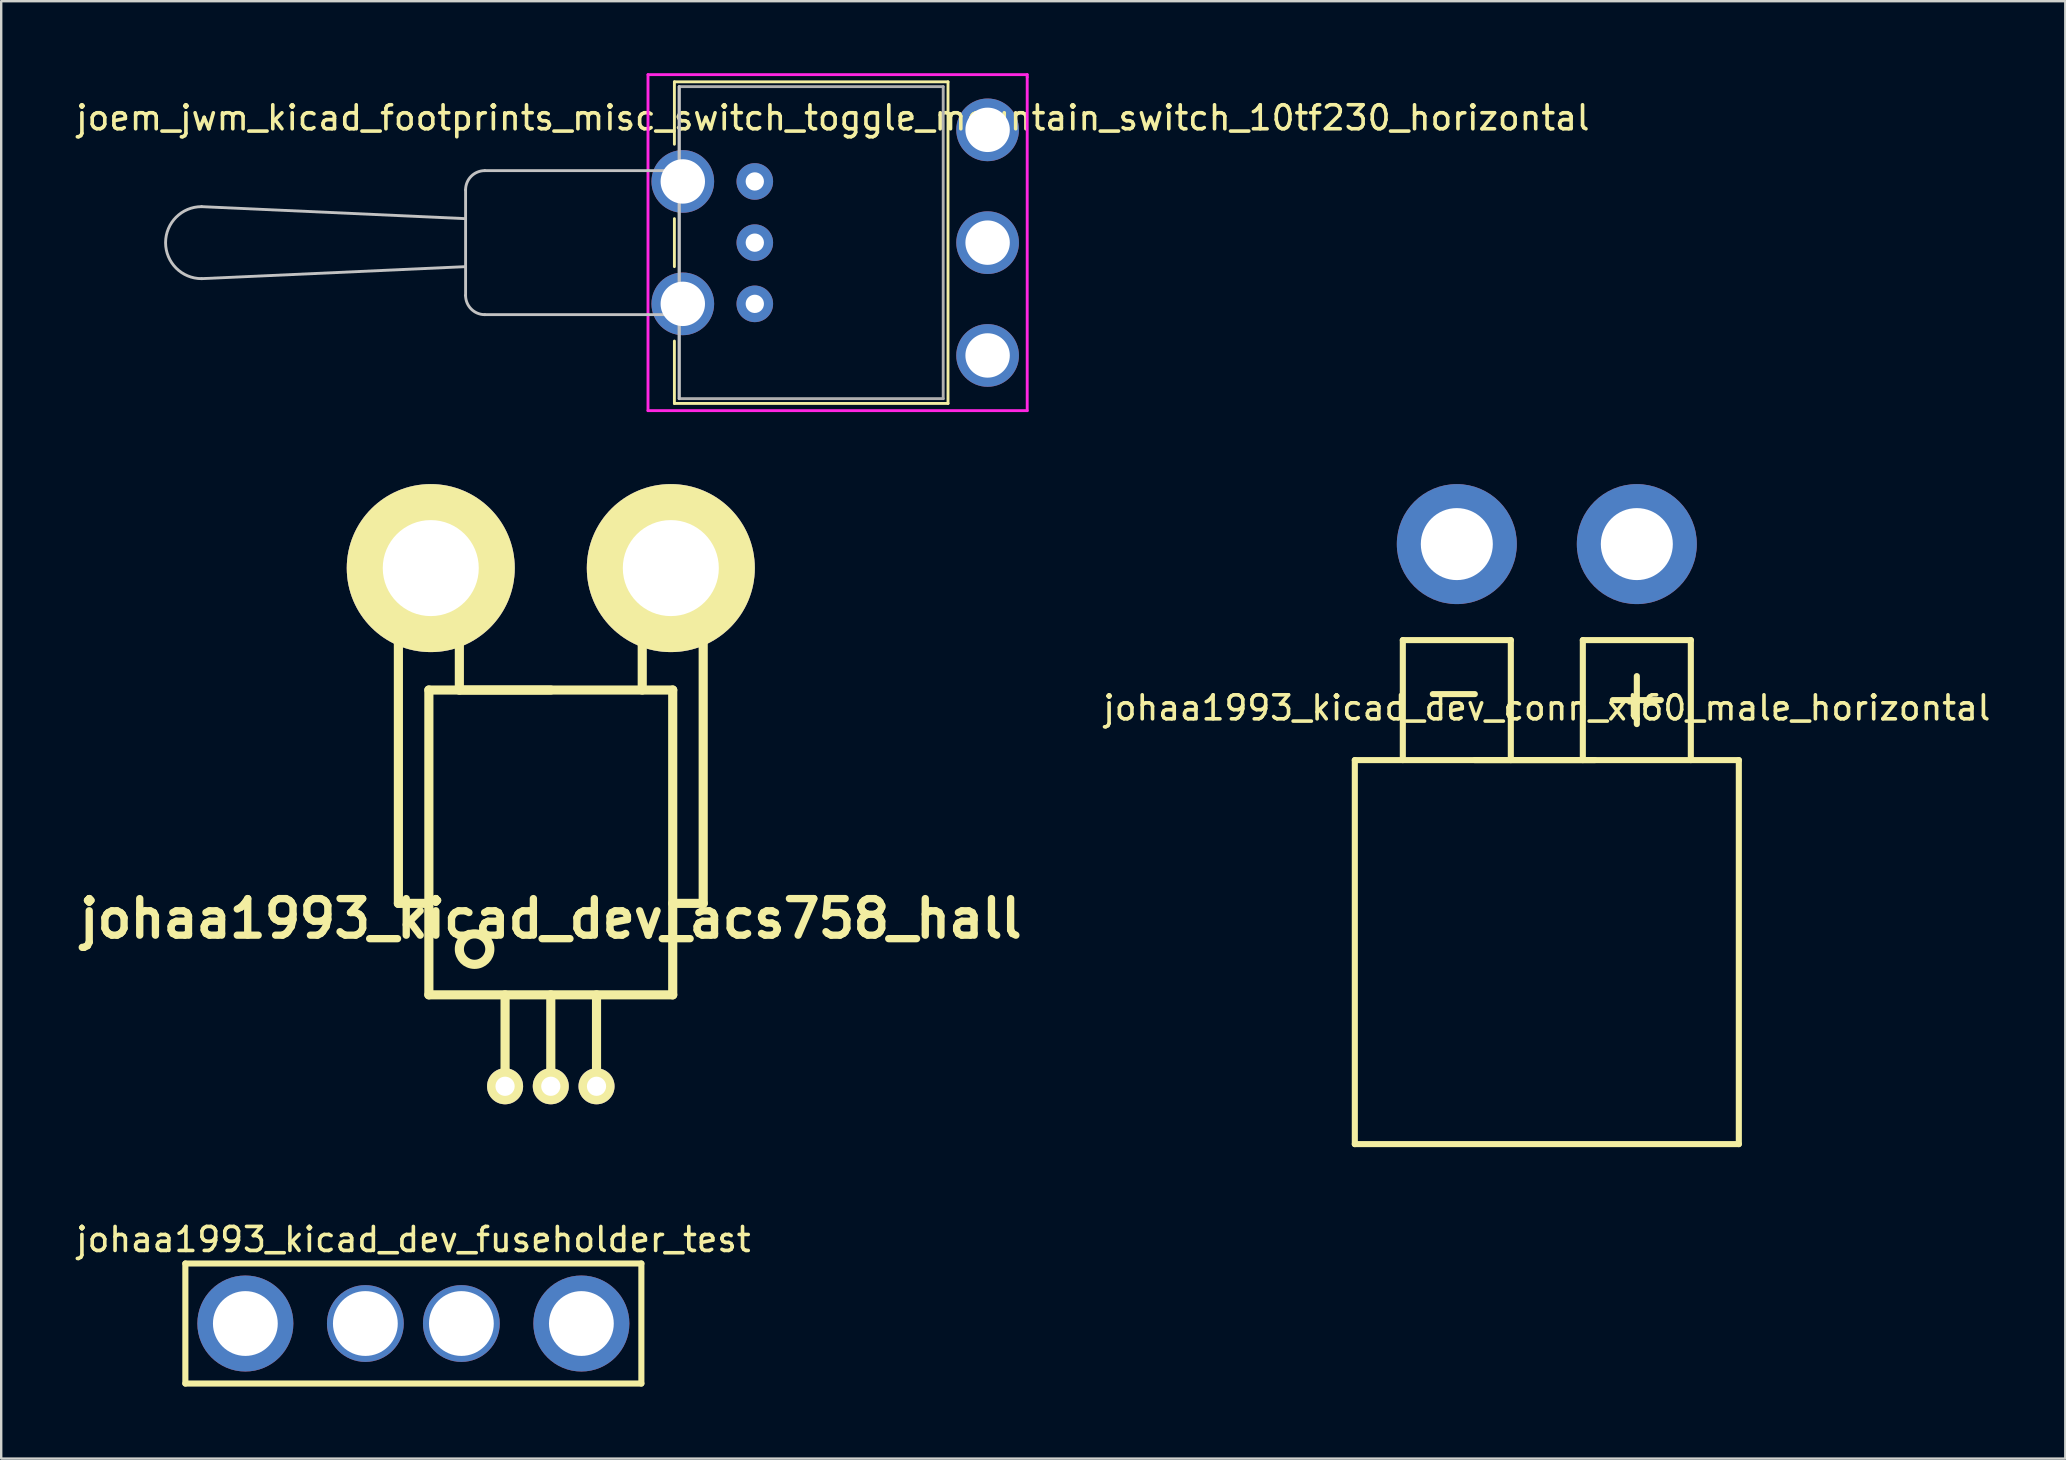
<source format=kicad_pcb>
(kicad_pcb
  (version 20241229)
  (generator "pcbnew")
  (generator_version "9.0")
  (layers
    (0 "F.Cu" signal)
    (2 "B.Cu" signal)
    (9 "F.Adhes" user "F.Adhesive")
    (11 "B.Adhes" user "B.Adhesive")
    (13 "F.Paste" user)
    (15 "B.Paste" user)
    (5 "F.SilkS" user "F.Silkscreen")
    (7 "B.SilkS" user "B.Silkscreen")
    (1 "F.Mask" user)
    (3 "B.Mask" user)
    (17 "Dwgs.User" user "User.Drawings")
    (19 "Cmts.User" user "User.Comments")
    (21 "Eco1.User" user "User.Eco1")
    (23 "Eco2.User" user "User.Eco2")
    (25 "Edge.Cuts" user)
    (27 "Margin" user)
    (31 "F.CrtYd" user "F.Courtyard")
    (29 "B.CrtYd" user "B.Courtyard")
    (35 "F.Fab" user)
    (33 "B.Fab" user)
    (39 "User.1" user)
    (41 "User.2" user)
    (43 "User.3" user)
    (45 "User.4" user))
  (footprint "johaa1993_kicad_dev_fuseholder_test"
    (layer "F.Cu")
    (at 14.173 52.095)
    (property "Reference" "johaa1993_kicad_dev_fuseholder_test" (at 0 -3.5 0) (layer "F.SilkS") (effects (font (size 1 1) (thickness 0.15))))
    (attr through_hole)
    (fp_line (start -9.5 -2.5) (end 9.5 -2.5) (stroke (width 0.254) (type solid)) (layer "F.SilkS"))
    (fp_line (start -9.5 2.5) (end -9.5 -2.5) (stroke (width 0.254) (type solid)) (layer "F.SilkS"))
    (fp_line (start 9.5 -2.5) (end 9.5 2.5) (stroke (width 0.254) (type solid)) (layer "F.SilkS"))
    (fp_line (start 9.5 2.5) (end -9.5 2.5) (stroke (width 0.254) (type solid)) (layer "F.SilkS"))
    (pad "1" thru_hole circle (at -7 0) (size 4 4) (drill 2.7) (layers "*.Cu" "*.Mask"))
    (pad "1" thru_hole circle (at -2 0) (size 3.2 3.2) (drill 2.7) (layers "*.Cu" "*.Mask"))
    (pad "2" thru_hole circle (at 2 0) (size 3.2 3.2) (drill 2.7) (layers "*.Cu" "*.Mask"))
    (pad "2" thru_hole circle (at 7 0) (size 4 4) (drill 2.7) (layers "*.Cu" "*.Mask")))
  (footprint "joem_jwm_kicad_footprints_misc_switch_toggle_mountain_switch_10tf230_horizontal"
    (layer "F.Cu")
    (at 31.749 7.06)
    (property "Reference" "joem_jwm_kicad_footprints_misc_switch_toggle_mountain_switch_10tf230_horizontal" (at -0.1 -5.2 0) (layer "F.SilkS") (effects (font (size 1 1) (thickness 0.15))))
    (attr through_hole)
    (fp_line (start -6.7 -6.7) (end -6.7 -4.1) (stroke (width 0.12) (type solid)) (layer "F.SilkS"))
    (fp_line (start -6.7 1) (end -6.7 -1) (stroke (width 0.12) (type solid)) (layer "F.SilkS"))
    (fp_line (start -6.7 6.7) (end -6.7 4.1) (stroke (width 0.12) (type solid)) (layer "F.SilkS"))
    (fp_line (start 4.7 -6.7) (end -6.7 -6.7) (stroke (width 0.12) (type solid)) (layer "F.SilkS"))
    (fp_line (start 4.7 -6.7) (end 4.7 6.7) (stroke (width 0.12) (type solid)) (layer "F.SilkS"))
    (fp_line (start 4.7 6.7) (end -6.7 6.7) (stroke (width 0.12) (type solid)) (layer "F.SilkS"))
    (fp_line (start -15.4 -2.2) (end -15.4 2.2) (stroke (width 0.12) (type solid)) (layer "Dwgs.User"))
    (fp_line (start -15.4 -1) (end -26.4 -1.5) (stroke (width 0.12) (type solid)) (layer "Dwgs.User"))
    (fp_line (start -15.4 1) (end -26.4 1.5) (stroke (width 0.12) (type solid)) (layer "Dwgs.User"))
    (fp_line (start -14.6 -3) (end -7.8 -3) (stroke (width 0.12) (type solid)) (layer "Dwgs.User"))
    (fp_line (start -14.6 3) (end -7.8 3) (stroke (width 0.12) (type solid)) (layer "Dwgs.User"))
    (fp_line (start -7.8 -3) (end -6.5 -3) (stroke (width 0.12) (type solid)) (layer "Dwgs.User"))
    (fp_line (start -7.8 3) (end -6.5 3) (stroke (width 0.12) (type solid)) (layer "Dwgs.User"))
    (fp_line (start -6.5 -3) (end -6.5 -6.5) (stroke (width 0.12) (type solid)) (layer "Dwgs.User"))
    (fp_line (start -6.5 3) (end -6.5 -3) (stroke (width 0.12) (type solid)) (layer "Dwgs.User"))
    (fp_line (start -6.5 3) (end -6.5 6.5) (stroke (width 0.12) (type solid)) (layer "Dwgs.User"))
    (fp_arc (start -26.4 1.5) (mid -27.9 0) (end -26.4 -1.5) (stroke (width 0.12) (type solid)) (layer "Dwgs.User"))
    (fp_arc (start -15.4 -2.2) (mid -15.165685 -2.765685) (end -14.6 -3) (stroke (width 0.12) (type solid)) (layer "Dwgs.User"))
    (fp_arc (start -14.6 3) (mid -15.165685 2.765685) (end -15.4 2.2) (stroke (width 0.12) (type solid)) (layer "Dwgs.User"))
    (fp_line (start -7.8 -7) (end 8 -7) (stroke (width 0.12) (type solid)) (layer "F.CrtYd"))
    (fp_line (start -7.8 7) (end -7.8 -7) (stroke (width 0.12) (type solid)) (layer "F.CrtYd"))
    (fp_line (start 8 -7) (end 8 -6.9) (stroke (width 0.12) (type solid)) (layer "F.CrtYd"))
    (fp_line (start 8 -6.9) (end 8 7) (stroke (width 0.12) (type solid)) (layer "F.CrtYd"))
    (fp_line (start 8 7) (end -7.8 7) (stroke (width 0.12) (type solid)) (layer "F.CrtYd"))
    (fp_line (start -6.5 -6.5) (end -6.5 6.5) (stroke (width 0.12) (type solid)) (layer "F.Fab"))
    (fp_line (start -6.5 6.5) (end 4.5 6.5) (stroke (width 0.12) (type solid)) (layer "F.Fab"))
    (fp_line (start 4.5 -6.5) (end -6.5 -6.5) (stroke (width 0.12) (type solid)) (layer "F.Fab"))
    (fp_line (start 4.5 6.5) (end 4.5 -6.5) (stroke (width 0.12) (type solid)) (layer "F.Fab"))
    (pad "" thru_hole circle (at -6.35 -2.55) (size 2.612 2.612) (drill 1.85) (layers "*.Cu" "*.Mask"))
    (pad "" thru_hole circle (at -6.35 2.55) (size 2.612 2.612) (drill 1.85) (layers "*.Cu" "*.Mask"))
    (pad "1" thru_hole circle (at -3.35 -2.55) (size 1.524 1.524) (drill 0.762) (layers "*.Cu" "*.Mask"))
    (pad "1" thru_hole circle (at 6.35 -4.7) (size 2.612 2.612) (drill 1.85) (layers "*.Cu" "*.Mask"))
    (pad "2" thru_hole circle (at -3.35 0) (size 1.524 1.524) (drill 0.762) (layers "*.Cu" "*.Mask"))
    (pad "2" thru_hole circle (at 6.35 0) (size 2.612 2.612) (drill 1.85) (layers "*.Cu" "*.Mask"))
    (pad "3" thru_hole circle (at -3.35 2.55) (size 1.524 1.524) (drill 0.762) (layers "*.Cu" "*.Mask"))
    (pad "3" thru_hole circle (at 6.35 4.7) (size 2.612 2.612) (drill 1.85) (layers "*.Cu" "*.Mask")))
  (footprint "johaa1993_kicad_dev_acs758_hall"
    (layer "F.Cu")
    (at 19.899 42.21)
    (property "Reference" "johaa1993_kicad_dev_acs758_hall" (at 0 -6.985 0) (layer "F.SilkS") (effects (font (size 1.524 1.524) (thickness 0.305))))
    (attr through_hole)
    (fp_line (start -6.35 -21.59) (end -6.35 -7.62) (stroke (width 0.381) (type solid)) (layer "F.SilkS"))
    (fp_line (start -6.35 -21.59) (end -3.81 -21.59) (stroke (width 0.381) (type solid)) (layer "F.SilkS"))
    (fp_line (start -6.35 -7.62) (end -5.08 -7.62) (stroke (width 0.381) (type solid)) (layer "F.SilkS"))
    (fp_line (start -5.08 -16.51) (end -5.08 -3.81) (stroke (width 0.381) (type solid)) (layer "F.SilkS"))
    (fp_line (start -5.08 -3.81) (end 5.08 -3.81) (stroke (width 0.381) (type solid)) (layer "F.SilkS"))
    (fp_line (start -3.81 -21.59) (end -3.81 -16.51) (stroke (width 0.381) (type solid)) (layer "F.SilkS"))
    (fp_line (start -3.81 -16.51) (end 0 -16.51) (stroke (width 0.381) (type solid)) (layer "F.SilkS"))
    (fp_line (start -1.905 -3.81) (end -1.905 0) (stroke (width 0.381) (type solid)) (layer "F.SilkS"))
    (fp_line (start 0 -3.81) (end 0 0) (stroke (width 0.381) (type solid)) (layer "F.SilkS"))
    (fp_line (start 1.905 -3.81) (end 1.905 0) (stroke (width 0.381) (type solid)) (layer "F.SilkS"))
    (fp_line (start 3.81 -21.59) (end 6.35 -21.59) (stroke (width 0.381) (type solid)) (layer "F.SilkS"))
    (fp_line (start 3.81 -16.51) (end 3.81 -21.59) (stroke (width 0.381) (type solid)) (layer "F.SilkS"))
    (fp_line (start 5.08 -16.51) (end -5.08 -16.51) (stroke (width 0.381) (type solid)) (layer "F.SilkS"))
    (fp_line (start 5.08 -3.81) (end 5.08 -16.51) (stroke (width 0.381) (type solid)) (layer "F.SilkS"))
    (fp_line (start 6.35 -21.59) (end 6.35 -7.62) (stroke (width 0.381) (type solid)) (layer "F.SilkS"))
    (fp_line (start 6.35 -7.62) (end 5.08 -7.62) (stroke (width 0.381) (type solid)) (layer "F.SilkS"))
    (fp_circle (center -3.175 -5.715) (end -3.81 -5.715) (stroke (width 0.381) (type solid)) (fill no) (layer "F.SilkS"))
    (pad "1" thru_hole circle (at -1.905 0) (size 1.501 1.501) (drill 0.8) (layers "*.Cu" "*.Mask" "F.SilkS"))
    (pad "2" thru_hole circle (at 0 0) (size 1.501 1.501) (drill 0.8) (layers "*.Cu" "*.Mask" "F.SilkS"))
    (pad "3" thru_hole circle (at 1.905 0) (size 1.501 1.501) (drill 0.8) (layers "*.Cu" "*.Mask" "F.SilkS"))
    (pad "4" thru_hole circle (at 5.001 -21.59) (size 7 7) (drill 4) (layers "*.Cu" "*.Mask" "F.SilkS"))
    (pad "5" thru_hole circle (at -5.001 -21.59) (size 7 7) (drill 4) (layers "*.Cu" "*.Mask" "F.SilkS")))
  (footprint "johaa1993_kicad_dev_conn_xt60_male_horizontal"
    (layer "F.Cu")
    (at 61.399 37.62)
    (property "Reference" "johaa1993_kicad_dev_conn_xt60_male_horizontal" (at 0 -11.176 0) (layer "F.SilkS") (effects (font (size 1 1) (thickness 0.15))))
    (attr through_hole)
    (fp_line (start -8 -9) (end -8 7) (stroke (width 0.254) (type solid)) (layer "F.SilkS"))
    (fp_line (start -8 -9) (end 8 -9) (stroke (width 0.254) (type solid)) (layer "F.SilkS"))
    (fp_line (start -8 7) (end 8 7) (stroke (width 0.254) (type solid)) (layer "F.SilkS"))
    (fp_line (start -6 -14) (end -1.5 -14) (stroke (width 0.254) (type solid)) (layer "F.SilkS"))
    (fp_line (start -6 -9) (end -6 -14) (stroke (width 0.254) (type solid)) (layer "F.SilkS"))
    (fp_line (start -4.75 -11.75) (end -3 -11.75) (stroke (width 0.254) (type solid)) (layer "F.SilkS"))
    (fp_line (start -3 -9) (end 2 -9) (stroke (width 0.254) (type solid)) (layer "F.SilkS"))
    (fp_line (start -1.5 -14) (end -1.5 -9) (stroke (width 0.254) (type solid)) (layer "F.SilkS"))
    (fp_line (start 1.5 -14) (end 6 -14) (stroke (width 0.254) (type solid)) (layer "F.SilkS"))
    (fp_line (start 1.5 -9) (end 1.5 -14) (stroke (width 0.254) (type solid)) (layer "F.SilkS"))
    (fp_line (start 2.75 -11.5) (end 4.75 -11.5) (stroke (width 0.254) (type solid)) (layer "F.SilkS"))
    (fp_line (start 3.75 -12.5) (end 3.75 -10.5) (stroke (width 0.254) (type solid)) (layer "F.SilkS"))
    (fp_line (start 6 -14) (end 6 -9) (stroke (width 0.254) (type solid)) (layer "F.SilkS"))
    (fp_line (start 8 -9) (end 8 7) (stroke (width 0.254) (type solid)) (layer "F.SilkS"))
    (pad "1" thru_hole circle (at -3.75 -18) (size 5 5) (drill 3) (layers "*.Cu" "*.Mask"))
    (pad "2" thru_hole circle (at 3.75 -18) (size 5 5) (drill 3) (layers "*.Cu" "*.Mask")))
  (gr_rect
    (start -3 -3)
    (end 83.001 57.722)
    (stroke (width 0.1) (type default))
    (fill no)
    (layer "Edge.Cuts")))
</source>
